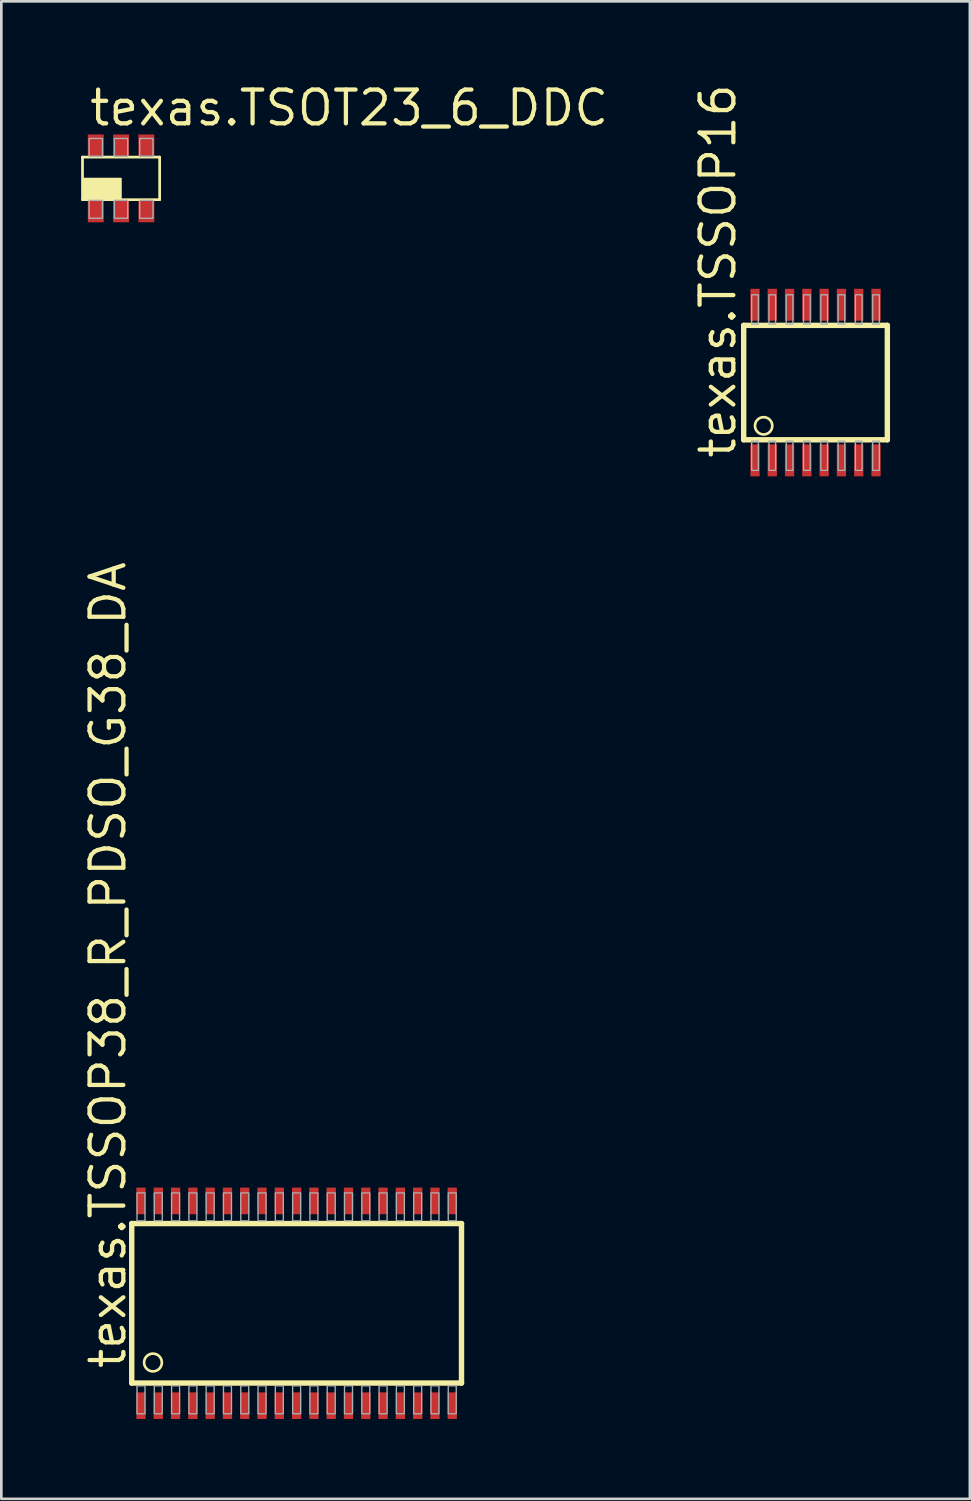
<source format=kicad_pcb>
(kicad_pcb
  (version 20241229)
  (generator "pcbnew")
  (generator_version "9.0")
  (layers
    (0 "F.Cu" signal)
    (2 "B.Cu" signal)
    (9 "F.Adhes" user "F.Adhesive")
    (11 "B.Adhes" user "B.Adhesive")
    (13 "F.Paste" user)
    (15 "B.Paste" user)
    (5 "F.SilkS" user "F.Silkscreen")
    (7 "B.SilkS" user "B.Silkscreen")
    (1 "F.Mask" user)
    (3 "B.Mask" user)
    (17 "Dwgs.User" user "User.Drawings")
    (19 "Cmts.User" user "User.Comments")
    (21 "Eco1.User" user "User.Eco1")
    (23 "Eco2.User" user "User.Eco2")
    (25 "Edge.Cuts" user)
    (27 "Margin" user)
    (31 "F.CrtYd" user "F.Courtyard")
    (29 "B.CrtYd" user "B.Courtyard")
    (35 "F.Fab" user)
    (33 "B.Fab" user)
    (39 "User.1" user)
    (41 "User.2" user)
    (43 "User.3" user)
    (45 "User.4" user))
  (footprint "texas.TSSOP38_R_PDSO_G38_DA"
    (layer "F.Cu")
    (at 8.1 45.941)
    (property "Reference" "texas.TSSOP38_R_PDSO_G38_DA" (at -6.35 2.54 90) (layer "F.SilkS") (effects (font (size 1.27 1.27) (thickness 0.16)) (justify left bottom)))
    (attr smd)
    (fp_line (start -6.198 -2.998) (end -6.198 2.998) (stroke (width 0.203) (type default)) (layer "F.SilkS"))
    (fp_line (start -6.198 2.998) (end 6.198 2.998) (stroke (width 0.203) (type default)) (layer "F.SilkS"))
    (fp_line (start 6.198 -2.998) (end -6.198 -2.998) (stroke (width 0.203) (type default)) (layer "F.SilkS"))
    (fp_line (start 6.198 2.998) (end 6.198 -2.998) (stroke (width 0.203) (type default)) (layer "F.SilkS"))
    (fp_circle (center -5.4 2.225) (end -5.066 2.225) (stroke (width 0.1) (type default)) (fill no) (layer "F.SilkS"))
    (fp_rect (start -6 -3.1) (end -5.7 -4.15) (stroke (width 0.05) (type default)) (fill no) (layer "F.Fab"))
    (fp_rect (start -6 4.15) (end -5.7 3.1) (stroke (width 0.05) (type default)) (fill no) (layer "F.Fab"))
    (fp_rect (start -5.35 -3.1) (end -5.05 -4.15) (stroke (width 0.05) (type default)) (fill no) (layer "F.Fab"))
    (fp_rect (start -5.35 4.15) (end -5.05 3.1) (stroke (width 0.05) (type default)) (fill no) (layer "F.Fab"))
    (fp_rect (start -4.7 -3.1) (end -4.4 -4.15) (stroke (width 0.05) (type default)) (fill no) (layer "F.Fab"))
    (fp_rect (start -4.7 4.15) (end -4.4 3.1) (stroke (width 0.05) (type default)) (fill no) (layer "F.Fab"))
    (fp_rect (start -4.05 -3.1) (end -3.75 -4.15) (stroke (width 0.05) (type default)) (fill no) (layer "F.Fab"))
    (fp_rect (start -4.05 4.15) (end -3.75 3.1) (stroke (width 0.05) (type default)) (fill no) (layer "F.Fab"))
    (fp_rect (start -3.4 -3.1) (end -3.1 -4.15) (stroke (width 0.05) (type default)) (fill no) (layer "F.Fab"))
    (fp_rect (start -3.4 4.15) (end -3.1 3.1) (stroke (width 0.05) (type default)) (fill no) (layer "F.Fab"))
    (fp_rect (start -2.75 -3.1) (end -2.45 -4.15) (stroke (width 0.05) (type default)) (fill no) (layer "F.Fab"))
    (fp_rect (start -2.75 4.15) (end -2.45 3.1) (stroke (width 0.05) (type default)) (fill no) (layer "F.Fab"))
    (fp_rect (start -2.1 -3.1) (end -1.8 -4.15) (stroke (width 0.05) (type default)) (fill no) (layer "F.Fab"))
    (fp_rect (start -2.1 4.15) (end -1.8 3.1) (stroke (width 0.05) (type default)) (fill no) (layer "F.Fab"))
    (fp_rect (start -1.45 -3.1) (end -1.15 -4.15) (stroke (width 0.05) (type default)) (fill no) (layer "F.Fab"))
    (fp_rect (start -1.45 4.15) (end -1.15 3.1) (stroke (width 0.05) (type default)) (fill no) (layer "F.Fab"))
    (fp_rect (start -0.8 -3.1) (end -0.5 -4.15) (stroke (width 0.05) (type default)) (fill no) (layer "F.Fab"))
    (fp_rect (start -0.8 4.15) (end -0.5 3.1) (stroke (width 0.05) (type default)) (fill no) (layer "F.Fab"))
    (fp_rect (start -0.15 -3.1) (end 0.15 -4.15) (stroke (width 0.05) (type default)) (fill no) (layer "F.Fab"))
    (fp_rect (start -0.15 4.15) (end 0.15 3.1) (stroke (width 0.05) (type default)) (fill no) (layer "F.Fab"))
    (fp_rect (start 0.5 -3.1) (end 0.8 -4.15) (stroke (width 0.05) (type default)) (fill no) (layer "F.Fab"))
    (fp_rect (start 0.5 4.15) (end 0.8 3.1) (stroke (width 0.05) (type default)) (fill no) (layer "F.Fab"))
    (fp_rect (start 1.15 -3.1) (end 1.45 -4.15) (stroke (width 0.05) (type default)) (fill no) (layer "F.Fab"))
    (fp_rect (start 1.15 4.15) (end 1.45 3.1) (stroke (width 0.05) (type default)) (fill no) (layer "F.Fab"))
    (fp_rect (start 1.8 -3.1) (end 2.1 -4.15) (stroke (width 0.05) (type default)) (fill no) (layer "F.Fab"))
    (fp_rect (start 1.8 4.15) (end 2.1 3.1) (stroke (width 0.05) (type default)) (fill no) (layer "F.Fab"))
    (fp_rect (start 2.45 -3.1) (end 2.75 -4.15) (stroke (width 0.05) (type default)) (fill no) (layer "F.Fab"))
    (fp_rect (start 2.45 4.15) (end 2.75 3.1) (stroke (width 0.05) (type default)) (fill no) (layer "F.Fab"))
    (fp_rect (start 3.1 -3.1) (end 3.4 -4.15) (stroke (width 0.05) (type default)) (fill no) (layer "F.Fab"))
    (fp_rect (start 3.1 4.15) (end 3.4 3.1) (stroke (width 0.05) (type default)) (fill no) (layer "F.Fab"))
    (fp_rect (start 3.75 -3.1) (end 4.05 -4.15) (stroke (width 0.05) (type default)) (fill no) (layer "F.Fab"))
    (fp_rect (start 3.75 4.15) (end 4.05 3.1) (stroke (width 0.05) (type default)) (fill no) (layer "F.Fab"))
    (fp_rect (start 4.4 -3.1) (end 4.7 -4.15) (stroke (width 0.05) (type default)) (fill no) (layer "F.Fab"))
    (fp_rect (start 4.4 4.15) (end 4.7 3.1) (stroke (width 0.05) (type default)) (fill no) (layer "F.Fab"))
    (fp_rect (start 5.05 -3.1) (end 5.35 -4.15) (stroke (width 0.05) (type default)) (fill no) (layer "F.Fab"))
    (fp_rect (start 5.05 4.15) (end 5.35 3.1) (stroke (width 0.05) (type default)) (fill no) (layer "F.Fab"))
    (fp_rect (start 5.7 -3.1) (end 6 -4.15) (stroke (width 0.05) (type default)) (fill no) (layer "F.Fab"))
    (fp_rect (start 5.7 4.15) (end 6 3.1) (stroke (width 0.05) (type default)) (fill no) (layer "F.Fab"))
    (pad "1" smd roundrect (at -5.85 3.85 90) (size 1 0.35) (layers "F.Cu" "F.Mask" "F.Paste") (roundrect_rratio 0.01))
    (pad "2" smd roundrect (at -5.2 3.85 90) (size 1 0.35) (layers "F.Cu" "F.Mask" "F.Paste") (roundrect_rratio 0.01))
    (pad "3" smd roundrect (at -4.55 3.85 90) (size 1 0.35) (layers "F.Cu" "F.Mask" "F.Paste") (roundrect_rratio 0.01))
    (pad "4" smd roundrect (at -3.9 3.85 90) (size 1 0.35) (layers "F.Cu" "F.Mask" "F.Paste") (roundrect_rratio 0.01))
    (pad "5" smd roundrect (at -3.25 3.85 90) (size 1 0.35) (layers "F.Cu" "F.Mask" "F.Paste") (roundrect_rratio 0.01))
    (pad "6" smd roundrect (at -2.6 3.85 90) (size 1 0.35) (layers "F.Cu" "F.Mask" "F.Paste") (roundrect_rratio 0.01))
    (pad "7" smd roundrect (at -1.95 3.85 90) (size 1 0.35) (layers "F.Cu" "F.Mask" "F.Paste") (roundrect_rratio 0.01))
    (pad "8" smd roundrect (at -1.3 3.85 90) (size 1 0.35) (layers "F.Cu" "F.Mask" "F.Paste") (roundrect_rratio 0.01))
    (pad "9" smd roundrect (at -0.65 3.85 90) (size 1 0.35) (layers "F.Cu" "F.Mask" "F.Paste") (roundrect_rratio 0.01))
    (pad "10" smd roundrect (at 0 3.85 90) (size 1 0.35) (layers "F.Cu" "F.Mask" "F.Paste") (roundrect_rratio 0.01))
    (pad "11" smd roundrect (at 0.65 3.85 90) (size 1 0.35) (layers "F.Cu" "F.Mask" "F.Paste") (roundrect_rratio 0.01))
    (pad "12" smd roundrect (at 1.3 3.85 90) (size 1 0.35) (layers "F.Cu" "F.Mask" "F.Paste") (roundrect_rratio 0.01))
    (pad "13" smd roundrect (at 1.95 3.85 90) (size 1 0.35) (layers "F.Cu" "F.Mask" "F.Paste") (roundrect_rratio 0.01))
    (pad "14" smd roundrect (at 2.6 3.85 90) (size 1 0.35) (layers "F.Cu" "F.Mask" "F.Paste") (roundrect_rratio 0.01))
    (pad "15" smd roundrect (at 3.25 3.85 90) (size 1 0.35) (layers "F.Cu" "F.Mask" "F.Paste") (roundrect_rratio 0.01))
    (pad "16" smd roundrect (at 3.9 3.85 90) (size 1 0.35) (layers "F.Cu" "F.Mask" "F.Paste") (roundrect_rratio 0.01))
    (pad "17" smd roundrect (at 4.55 3.85 90) (size 1 0.35) (layers "F.Cu" "F.Mask" "F.Paste") (roundrect_rratio 0.01))
    (pad "18" smd roundrect (at 5.2 3.85 90) (size 1 0.35) (layers "F.Cu" "F.Mask" "F.Paste") (roundrect_rratio 0.01))
    (pad "19" smd roundrect (at 5.85 3.85 90) (size 1 0.35) (layers "F.Cu" "F.Mask" "F.Paste") (roundrect_rratio 0.01))
    (pad "20" smd roundrect (at 5.85 -3.85 90) (size 1 0.35) (layers "F.Cu" "F.Mask" "F.Paste") (roundrect_rratio 0.01))
    (pad "21" smd roundrect (at 5.2 -3.85 90) (size 1 0.35) (layers "F.Cu" "F.Mask" "F.Paste") (roundrect_rratio 0.01))
    (pad "22" smd roundrect (at 4.55 -3.85 90) (size 1 0.35) (layers "F.Cu" "F.Mask" "F.Paste") (roundrect_rratio 0.01))
    (pad "23" smd roundrect (at 3.9 -3.85 90) (size 1 0.35) (layers "F.Cu" "F.Mask" "F.Paste") (roundrect_rratio 0.01))
    (pad "24" smd roundrect (at 3.25 -3.85 90) (size 1 0.35) (layers "F.Cu" "F.Mask" "F.Paste") (roundrect_rratio 0.01))
    (pad "25" smd roundrect (at 2.6 -3.85 90) (size 1 0.35) (layers "F.Cu" "F.Mask" "F.Paste") (roundrect_rratio 0.01))
    (pad "26" smd roundrect (at 1.95 -3.85 90) (size 1 0.35) (layers "F.Cu" "F.Mask" "F.Paste") (roundrect_rratio 0.01))
    (pad "27" smd roundrect (at 1.3 -3.85 90) (size 1 0.35) (layers "F.Cu" "F.Mask" "F.Paste") (roundrect_rratio 0.01))
    (pad "28" smd roundrect (at 0.65 -3.85 90) (size 1 0.35) (layers "F.Cu" "F.Mask" "F.Paste") (roundrect_rratio 0.01))
    (pad "29" smd roundrect (at 0 -3.85 90) (size 1 0.35) (layers "F.Cu" "F.Mask" "F.Paste") (roundrect_rratio 0.01))
    (pad "30" smd roundrect (at -0.65 -3.85 90) (size 1 0.35) (layers "F.Cu" "F.Mask" "F.Paste") (roundrect_rratio 0.01))
    (pad "31" smd roundrect (at -1.3 -3.85 90) (size 1 0.35) (layers "F.Cu" "F.Mask" "F.Paste") (roundrect_rratio 0.01))
    (pad "32" smd roundrect (at -1.95 -3.85 90) (size 1 0.35) (layers "F.Cu" "F.Mask" "F.Paste") (roundrect_rratio 0.01))
    (pad "33" smd roundrect (at -2.6 -3.85 90) (size 1 0.35) (layers "F.Cu" "F.Mask" "F.Paste") (roundrect_rratio 0.01))
    (pad "34" smd roundrect (at -3.25 -3.85 90) (size 1 0.35) (layers "F.Cu" "F.Mask" "F.Paste") (roundrect_rratio 0.01))
    (pad "35" smd roundrect (at -3.9 -3.85 90) (size 1 0.35) (layers "F.Cu" "F.Mask" "F.Paste") (roundrect_rratio 0.01))
    (pad "36" smd roundrect (at -4.55 -3.85 90) (size 1 0.35) (layers "F.Cu" "F.Mask" "F.Paste") (roundrect_rratio 0.01))
    (pad "37" smd roundrect (at -5.2 -3.85 90) (size 1 0.35) (layers "F.Cu" "F.Mask" "F.Paste") (roundrect_rratio 0.01))
    (pad "38" smd roundrect (at -5.85 -3.85 90) (size 1 0.35) (layers "F.Cu" "F.Mask" "F.Paste") (roundrect_rratio 0.01)))
  (footprint "texas.TSOT23_6_DDC"
    (layer "F.Cu")
    (at 1.501 3.655)
    (property "Reference" "texas.TSOT23_6_DDC" (at -1.27 -1.905 0) (layer "F.SilkS") (effects (font (size 1.27 1.27) (thickness 0.16)) (justify left bottom)))
    (attr smd)
    (fp_line (start -1.45 -0.8) (end 1.45 -0.8) (stroke (width 0.102) (type default)) (layer "F.SilkS"))
    (fp_line (start -1.45 0.8) (end -1.45 -0.8) (stroke (width 0.102) (type default)) (layer "F.SilkS"))
    (fp_line (start 1.45 -0.8) (end 1.45 0.8) (stroke (width 0.102) (type default)) (layer "F.SilkS"))
    (fp_line (start 1.45 0.8) (end -1.45 0.8) (stroke (width 0.102) (type default)) (layer "F.SilkS"))
    (fp_rect (start -1.425 0.75) (end 0 0) (stroke (width 0.05) (type default)) (fill yes) (layer "F.SilkS"))
    (fp_rect (start -1.2 -0.825) (end -0.7 -1.5) (stroke (width 0.05) (type default)) (fill no) (layer "F.Fab"))
    (fp_rect (start -1.2 1.5) (end -0.7 0.825) (stroke (width 0.05) (type default)) (fill no) (layer "F.Fab"))
    (fp_rect (start -0.25 -0.825) (end 0.25 -1.5) (stroke (width 0.05) (type default)) (fill no) (layer "F.Fab"))
    (fp_rect (start -0.25 1.5) (end 0.25 0.825) (stroke (width 0.05) (type default)) (fill no) (layer "F.Fab"))
    (fp_rect (start 0.7 -0.825) (end 1.2 -1.5) (stroke (width 0.05) (type default)) (fill no) (layer "F.Fab"))
    (fp_rect (start 0.7 1.5) (end 1.2 0.825) (stroke (width 0.05) (type default)) (fill no) (layer "F.Fab"))
    (pad "1" smd roundrect (at -0.95 1.25) (size 0.6 0.8) (layers "F.Cu" "F.Mask" "F.Paste") (roundrect_rratio 0.01))
    (pad "2" smd roundrect (at 0 1.25) (size 0.6 0.8) (layers "F.Cu" "F.Mask" "F.Paste") (roundrect_rratio 0.01))
    (pad "3" smd roundrect (at 0.95 1.25) (size 0.6 0.8) (layers "F.Cu" "F.Mask" "F.Paste") (roundrect_rratio 0.01))
    (pad "4" smd roundrect (at 0.95 -1.25) (size 0.6 0.8) (layers "F.Cu" "F.Mask" "F.Paste") (roundrect_rratio 0.01))
    (pad "5" smd roundrect (at 0 -1.25) (size 0.6 0.8) (layers "F.Cu" "F.Mask" "F.Paste") (roundrect_rratio 0.01))
    (pad "6" smd roundrect (at -0.95 -1.25) (size 0.6 0.8) (layers "F.Cu" "F.Mask" "F.Paste") (roundrect_rratio 0.01)))
  (footprint "texas.TSSOP16"
    (layer "F.Cu")
    (at 27.605 11.331)
    (property "Reference" "texas.TSSOP16" (at -2.925 2.925 90) (layer "F.SilkS") (effects (font (size 1.27 1.27) (thickness 0.16)) (justify left bottom)))
    (attr smd)
    (fp_rect (start -2.5 -2.25) (end -2.05 -3.6) (stroke (width 0.05) (type default)) (fill yes) (layer "F.Mask"))
    (fp_rect (start -2.5 3.6) (end -2.05 2.25) (stroke (width 0.05) (type default)) (fill yes) (layer "F.Mask"))
    (fp_rect (start -1.85 -2.25) (end -1.4 -3.6) (stroke (width 0.05) (type default)) (fill yes) (layer "F.Mask"))
    (fp_rect (start -1.85 3.6) (end -1.4 2.25) (stroke (width 0.05) (type default)) (fill yes) (layer "F.Mask"))
    (fp_rect (start -1.2 -2.25) (end -0.75 -3.6) (stroke (width 0.05) (type default)) (fill yes) (layer "F.Mask"))
    (fp_rect (start -1.2 3.6) (end -0.75 2.25) (stroke (width 0.05) (type default)) (fill yes) (layer "F.Mask"))
    (fp_rect (start -0.55 -2.25) (end -0.1 -3.6) (stroke (width 0.05) (type default)) (fill yes) (layer "F.Mask"))
    (fp_rect (start -0.55 3.6) (end -0.1 2.25) (stroke (width 0.05) (type default)) (fill yes) (layer "F.Mask"))
    (fp_rect (start 0.1 -2.25) (end 0.55 -3.6) (stroke (width 0.05) (type default)) (fill yes) (layer "F.Mask"))
    (fp_rect (start 0.1 3.6) (end 0.55 2.25) (stroke (width 0.05) (type default)) (fill yes) (layer "F.Mask"))
    (fp_rect (start 0.75 -2.25) (end 1.2 -3.6) (stroke (width 0.05) (type default)) (fill yes) (layer "F.Mask"))
    (fp_rect (start 0.75 3.6) (end 1.2 2.25) (stroke (width 0.05) (type default)) (fill yes) (layer "F.Mask"))
    (fp_rect (start 1.4 -2.25) (end 1.85 -3.6) (stroke (width 0.05) (type default)) (fill yes) (layer "F.Mask"))
    (fp_rect (start 1.4 3.6) (end 1.85 2.25) (stroke (width 0.05) (type default)) (fill yes) (layer "F.Mask"))
    (fp_rect (start 2.05 -2.25) (end 2.5 -3.6) (stroke (width 0.05) (type default)) (fill yes) (layer "F.Mask"))
    (fp_rect (start 2.05 3.6) (end 2.5 2.25) (stroke (width 0.05) (type default)) (fill yes) (layer "F.Mask"))
    (fp_line (start -2.7 -2.15) (end -2.7 2.15) (stroke (width 0.203) (type default)) (layer "F.SilkS"))
    (fp_line (start -2.7 2.15) (end 2.7 2.15) (stroke (width 0.203) (type default)) (layer "F.SilkS"))
    (fp_line (start 2.7 -2.15) (end -2.7 -2.15) (stroke (width 0.203) (type default)) (layer "F.SilkS"))
    (fp_line (start 2.7 2.15) (end 2.7 -2.15) (stroke (width 0.203) (type default)) (layer "F.SilkS"))
    (fp_circle (center -1.95 1.625) (end -1.625 1.625) (stroke (width 0.1) (type default)) (fill no) (layer "F.SilkS"))
    (fp_rect (start -2.4 -2.2) (end -2.15 -3.3) (stroke (width 0.05) (type default)) (fill no) (layer "F.Fab"))
    (fp_rect (start -2.4 3.3) (end -2.15 2.2) (stroke (width 0.05) (type default)) (fill no) (layer "F.Fab"))
    (fp_rect (start -1.75 -2.2) (end -1.5 -3.3) (stroke (width 0.05) (type default)) (fill no) (layer "F.Fab"))
    (fp_rect (start -1.75 3.3) (end -1.5 2.2) (stroke (width 0.05) (type default)) (fill no) (layer "F.Fab"))
    (fp_rect (start -1.1 -2.2) (end -0.85 -3.3) (stroke (width 0.05) (type default)) (fill no) (layer "F.Fab"))
    (fp_rect (start -1.1 3.3) (end -0.85 2.2) (stroke (width 0.05) (type default)) (fill no) (layer "F.Fab"))
    (fp_rect (start -0.45 -2.2) (end -0.2 -3.3) (stroke (width 0.05) (type default)) (fill no) (layer "F.Fab"))
    (fp_rect (start -0.45 3.3) (end -0.2 2.2) (stroke (width 0.05) (type default)) (fill no) (layer "F.Fab"))
    (fp_rect (start 0.2 -2.2) (end 0.45 -3.3) (stroke (width 0.05) (type default)) (fill no) (layer "F.Fab"))
    (fp_rect (start 0.2 3.3) (end 0.45 2.2) (stroke (width 0.05) (type default)) (fill no) (layer "F.Fab"))
    (fp_rect (start 0.85 -2.2) (end 1.1 -3.3) (stroke (width 0.05) (type default)) (fill no) (layer "F.Fab"))
    (fp_rect (start 0.85 3.3) (end 1.1 2.2) (stroke (width 0.05) (type default)) (fill no) (layer "F.Fab"))
    (fp_rect (start 1.5 -2.2) (end 1.75 -3.3) (stroke (width 0.05) (type default)) (fill no) (layer "F.Fab"))
    (fp_rect (start 1.5 3.3) (end 1.75 2.2) (stroke (width 0.05) (type default)) (fill no) (layer "F.Fab"))
    (fp_rect (start 2.15 -2.2) (end 2.4 -3.3) (stroke (width 0.05) (type default)) (fill no) (layer "F.Fab"))
    (fp_rect (start 2.15 3.3) (end 2.4 2.2) (stroke (width 0.05) (type default)) (fill no) (layer "F.Fab"))
    (pad "1" smd roundrect (at -2.275 2.925 90) (size 1.2 0.35) (layers "F.Cu" "F.Mask" "F.Paste") (roundrect_rratio 0.01))
    (pad "2" smd roundrect (at -1.625 2.925 90) (size 1.2 0.35) (layers "F.Cu" "F.Mask" "F.Paste") (roundrect_rratio 0.01))
    (pad "3" smd roundrect (at -0.975 2.925 90) (size 1.2 0.35) (layers "F.Cu" "F.Mask" "F.Paste") (roundrect_rratio 0.01))
    (pad "4" smd roundrect (at -0.325 2.925 90) (size 1.2 0.35) (layers "F.Cu" "F.Mask" "F.Paste") (roundrect_rratio 0.01))
    (pad "5" smd roundrect (at 0.325 2.925 270) (size 1.2 0.35) (layers "F.Cu" "F.Mask" "F.Paste") (roundrect_rratio 0.01))
    (pad "6" smd roundrect (at 0.975 2.925 270) (size 1.2 0.35) (layers "F.Cu" "F.Mask" "F.Paste") (roundrect_rratio 0.01))
    (pad "7" smd roundrect (at 1.625 2.925 270) (size 1.2 0.35) (layers "F.Cu" "F.Mask" "F.Paste") (roundrect_rratio 0.01))
    (pad "8" smd roundrect (at 2.275 2.925 270) (size 1.2 0.35) (layers "F.Cu" "F.Mask" "F.Paste") (roundrect_rratio 0.01))
    (pad "9" smd roundrect (at 2.275 -2.925 270) (size 1.2 0.35) (layers "F.Cu" "F.Mask" "F.Paste") (roundrect_rratio 0.01))
    (pad "10" smd roundrect (at 1.625 -2.925 270) (size 1.2 0.35) (layers "F.Cu" "F.Mask" "F.Paste") (roundrect_rratio 0.01))
    (pad "11" smd roundrect (at 0.975 -2.925 270) (size 1.2 0.35) (layers "F.Cu" "F.Mask" "F.Paste") (roundrect_rratio 0.01))
    (pad "12" smd roundrect (at 0.325 -2.925 270) (size 1.2 0.35) (layers "F.Cu" "F.Mask" "F.Paste") (roundrect_rratio 0.01))
    (pad "13" smd roundrect (at -0.325 -2.925 90) (size 1.2 0.35) (layers "F.Cu" "F.Mask" "F.Paste") (roundrect_rratio 0.01))
    (pad "14" smd roundrect (at -0.975 -2.925 90) (size 1.2 0.35) (layers "F.Cu" "F.Mask" "F.Paste") (roundrect_rratio 0.01))
    (pad "15" smd roundrect (at -1.625 -2.925 90) (size 1.2 0.35) (layers "F.Cu" "F.Mask" "F.Paste") (roundrect_rratio 0.01))
    (pad "16" smd roundrect (at -2.275 -2.925 90) (size 1.2 0.35) (layers "F.Cu" "F.Mask" "F.Paste") (roundrect_rratio 0.01)))
  (gr_rect
    (start -3 -3)
    (end 33.407 53.291)
    (stroke (width 0.1) (type default))
    (fill no)
    (layer "Edge.Cuts")))
</source>
